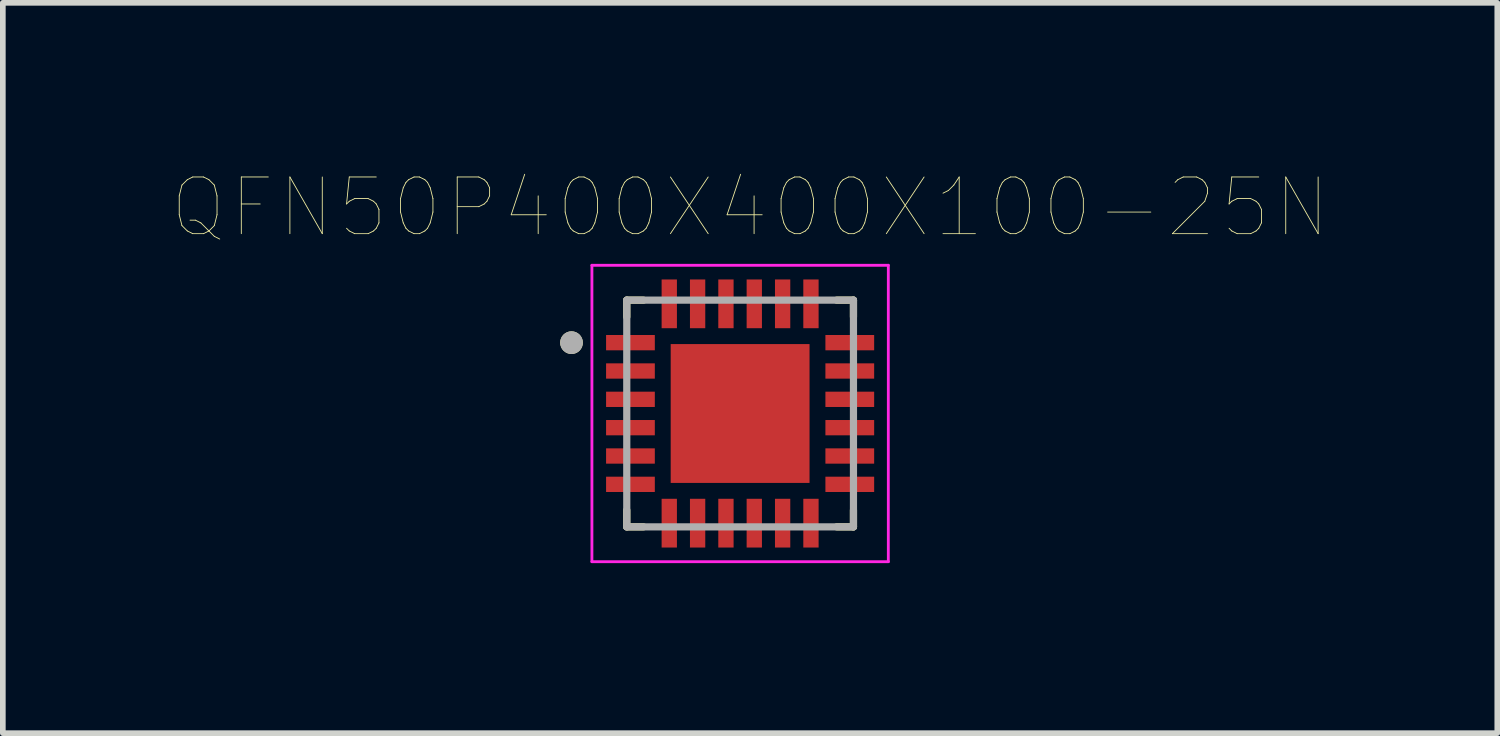
<source format=kicad_pcb>
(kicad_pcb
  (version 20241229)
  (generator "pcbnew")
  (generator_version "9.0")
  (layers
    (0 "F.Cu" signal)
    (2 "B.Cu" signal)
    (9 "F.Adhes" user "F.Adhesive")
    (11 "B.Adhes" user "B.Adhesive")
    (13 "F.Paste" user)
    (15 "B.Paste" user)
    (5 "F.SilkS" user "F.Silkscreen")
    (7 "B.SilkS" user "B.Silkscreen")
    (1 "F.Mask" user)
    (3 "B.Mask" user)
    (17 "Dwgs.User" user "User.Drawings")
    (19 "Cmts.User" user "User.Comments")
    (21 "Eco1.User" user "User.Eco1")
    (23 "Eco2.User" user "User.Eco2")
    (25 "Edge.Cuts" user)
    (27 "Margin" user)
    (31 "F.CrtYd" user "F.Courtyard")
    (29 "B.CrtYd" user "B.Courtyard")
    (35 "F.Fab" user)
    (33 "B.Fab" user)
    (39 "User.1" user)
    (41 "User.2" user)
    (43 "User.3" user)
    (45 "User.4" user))
  (footprint "QFN50P400X400X100-25N"
    (layer "F.Cu")
    (at 10.009 4.246)
    (property "Reference" "QFN50P400X400X100-25N" (at 0.175 -3.635 0) (layer "F.SilkS") (effects (font (size 1 1) (thickness 0.015))))
    (attr through_hole)
    (fp_line (start -2 -2) (end -2 -1.705) (stroke (width 0.127) (type solid)) (layer "F.SilkS"))
    (fp_line (start -2 -2) (end -1.705 -2) (stroke (width 0.127) (type solid)) (layer "F.SilkS"))
    (fp_line (start -2 2) (end -2 1.705) (stroke (width 0.127) (type solid)) (layer "F.SilkS"))
    (fp_line (start -2 2) (end -1.705 2) (stroke (width 0.127) (type solid)) (layer "F.SilkS"))
    (fp_line (start 2 -2) (end 1.705 -2) (stroke (width 0.127) (type solid)) (layer "F.SilkS"))
    (fp_line (start 2 -2) (end 2 -1.705) (stroke (width 0.127) (type solid)) (layer "F.SilkS"))
    (fp_line (start 2 2) (end 1.705 2) (stroke (width 0.127) (type solid)) (layer "F.SilkS"))
    (fp_line (start 2 2) (end 2 1.705) (stroke (width 0.127) (type solid)) (layer "F.SilkS"))
    (fp_circle (center -2.975 -1.25) (end -2.875 -1.25) (stroke (width 0.2) (type solid)) (fill no) (layer "F.SilkS"))
    (fp_poly (pts (xy -0.775 -0.775) (xy 0.775 -0.775) (xy 0.775 0.775) (xy -0.775 0.775)) (stroke (width 0.01) (type solid)) (fill yes) (layer "F.Paste"))
    (fp_line (start -2.615 -2.615) (end 2.615 -2.615) (stroke (width 0.05) (type solid)) (layer "F.CrtYd"))
    (fp_line (start -2.615 2.615) (end -2.615 -2.615) (stroke (width 0.05) (type solid)) (layer "F.CrtYd"))
    (fp_line (start -2.615 2.615) (end 2.615 2.615) (stroke (width 0.05) (type solid)) (layer "F.CrtYd"))
    (fp_line (start 2.615 2.615) (end 2.615 -2.615) (stroke (width 0.05) (type solid)) (layer "F.CrtYd"))
    (fp_line (start -2 2) (end -2 -2) (stroke (width 0.127) (type solid)) (layer "F.Fab"))
    (fp_line (start 2 -2) (end -2 -2) (stroke (width 0.127) (type solid)) (layer "F.Fab"))
    (fp_line (start 2 2) (end -2 2) (stroke (width 0.127) (type solid)) (layer "F.Fab"))
    (fp_line (start 2 2) (end 2 -2) (stroke (width 0.127) (type solid)) (layer "F.Fab"))
    (fp_circle (center -2.975 -1.25) (end -2.875 -1.25) (stroke (width 0.2) (type solid)) (fill no) (layer "F.Fab"))
    (pad "1" smd rect (at -1.935 -1.25) (size 0.86 0.27) (layers "F.Cu" "F.Mask" "F.Paste"))
    (pad "2" smd rect (at -1.935 -0.75) (size 0.86 0.27) (layers "F.Cu" "F.Mask" "F.Paste"))
    (pad "3" smd rect (at -1.935 -0.25) (size 0.86 0.27) (layers "F.Cu" "F.Mask" "F.Paste"))
    (pad "4" smd rect (at -1.935 0.25) (size 0.86 0.27) (layers "F.Cu" "F.Mask" "F.Paste"))
    (pad "5" smd rect (at -1.935 0.75) (size 0.86 0.27) (layers "F.Cu" "F.Mask" "F.Paste"))
    (pad "6" smd rect (at -1.935 1.25) (size 0.86 0.27) (layers "F.Cu" "F.Mask" "F.Paste"))
    (pad "7" smd rect (at -1.25 1.935) (size 0.27 0.86) (layers "F.Cu" "F.Mask" "F.Paste"))
    (pad "8" smd rect (at -0.75 1.935) (size 0.27 0.86) (layers "F.Cu" "F.Mask" "F.Paste"))
    (pad "9" smd rect (at -0.25 1.935) (size 0.27 0.86) (layers "F.Cu" "F.Mask" "F.Paste"))
    (pad "10" smd rect (at 0.25 1.935) (size 0.27 0.86) (layers "F.Cu" "F.Mask" "F.Paste"))
    (pad "11" smd rect (at 0.75 1.935) (size 0.27 0.86) (layers "F.Cu" "F.Mask" "F.Paste"))
    (pad "12" smd rect (at 1.25 1.935) (size 0.27 0.86) (layers "F.Cu" "F.Mask" "F.Paste"))
    (pad "13" smd rect (at 1.935 1.25) (size 0.86 0.27) (layers "F.Cu" "F.Mask" "F.Paste"))
    (pad "14" smd rect (at 1.935 0.75) (size 0.86 0.27) (layers "F.Cu" "F.Mask" "F.Paste"))
    (pad "15" smd rect (at 1.935 0.25) (size 0.86 0.27) (layers "F.Cu" "F.Mask" "F.Paste"))
    (pad "16" smd rect (at 1.935 -0.25) (size 0.86 0.27) (layers "F.Cu" "F.Mask" "F.Paste"))
    (pad "17" smd rect (at 1.935 -0.75) (size 0.86 0.27) (layers "F.Cu" "F.Mask" "F.Paste"))
    (pad "18" smd rect (at 1.935 -1.25) (size 0.86 0.27) (layers "F.Cu" "F.Mask" "F.Paste"))
    (pad "19" smd rect (at 1.25 -1.935) (size 0.27 0.86) (layers "F.Cu" "F.Mask" "F.Paste"))
    (pad "20" smd rect (at 0.75 -1.935) (size 0.27 0.86) (layers "F.Cu" "F.Mask" "F.Paste"))
    (pad "21" smd rect (at 0.25 -1.935) (size 0.27 0.86) (layers "F.Cu" "F.Mask" "F.Paste"))
    (pad "22" smd rect (at -0.25 -1.935) (size 0.27 0.86) (layers "F.Cu" "F.Mask" "F.Paste"))
    (pad "23" smd rect (at -0.75 -1.935) (size 0.27 0.86) (layers "F.Cu" "F.Mask" "F.Paste"))
    (pad "24" smd rect (at -1.25 -1.935) (size 0.27 0.86) (layers "F.Cu" "F.Mask" "F.Paste"))
    (pad "25" smd rect (at 0 0) (size 2.45 2.45) (layers "F.Cu" "F.Mask")))
  (gr_rect
    (start -3 -3)
    (end 23.369 9.886)
    (stroke (width 0.1) (type default))
    (fill no)
    (layer "Edge.Cuts")))
</source>
